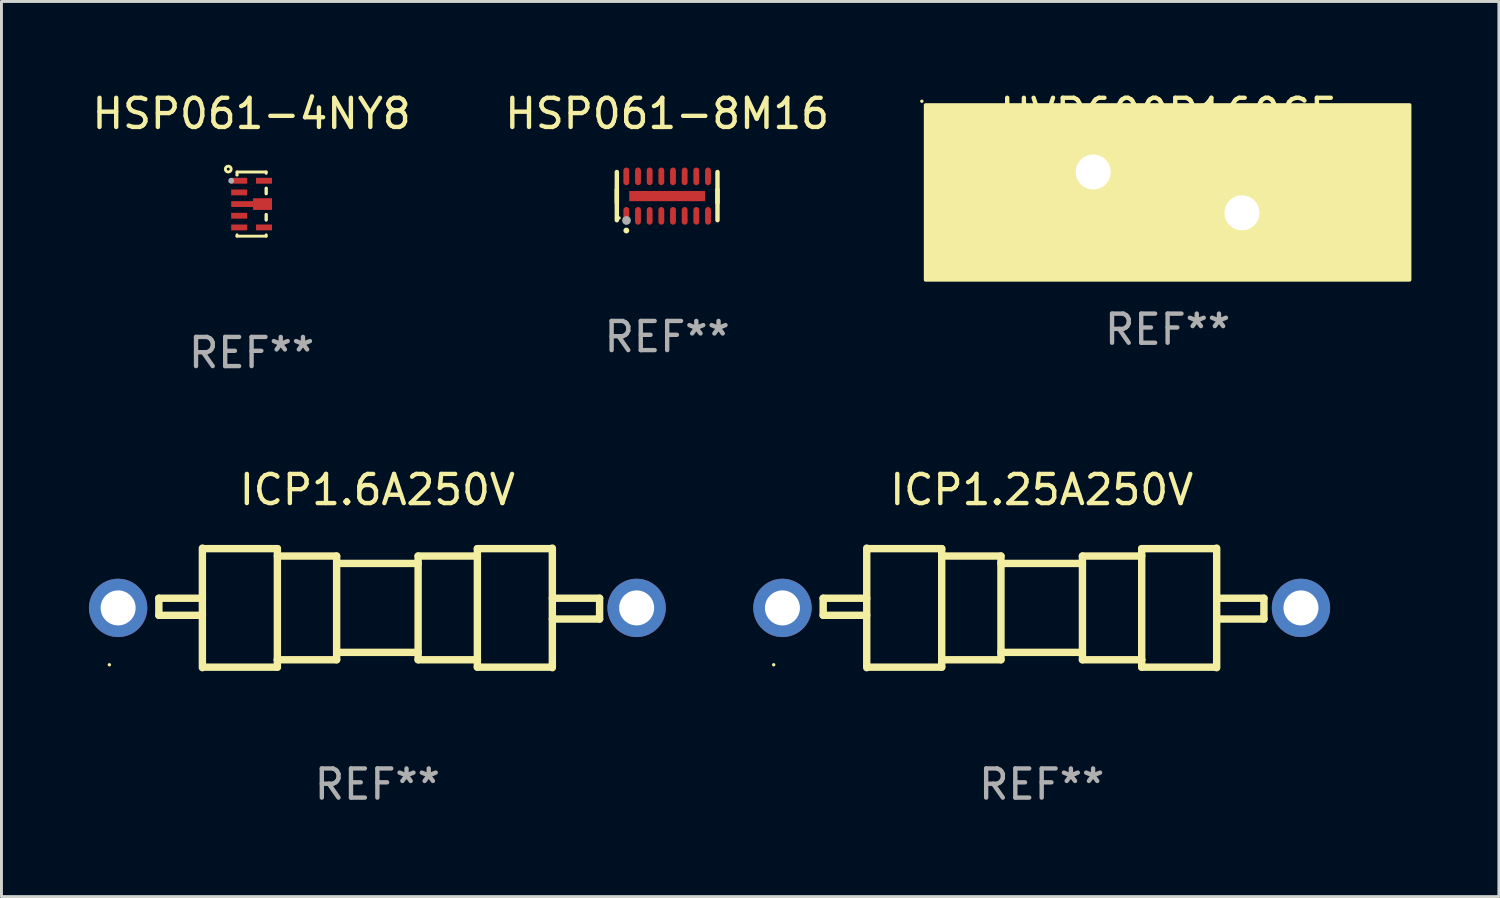
<source format=kicad_pcb>
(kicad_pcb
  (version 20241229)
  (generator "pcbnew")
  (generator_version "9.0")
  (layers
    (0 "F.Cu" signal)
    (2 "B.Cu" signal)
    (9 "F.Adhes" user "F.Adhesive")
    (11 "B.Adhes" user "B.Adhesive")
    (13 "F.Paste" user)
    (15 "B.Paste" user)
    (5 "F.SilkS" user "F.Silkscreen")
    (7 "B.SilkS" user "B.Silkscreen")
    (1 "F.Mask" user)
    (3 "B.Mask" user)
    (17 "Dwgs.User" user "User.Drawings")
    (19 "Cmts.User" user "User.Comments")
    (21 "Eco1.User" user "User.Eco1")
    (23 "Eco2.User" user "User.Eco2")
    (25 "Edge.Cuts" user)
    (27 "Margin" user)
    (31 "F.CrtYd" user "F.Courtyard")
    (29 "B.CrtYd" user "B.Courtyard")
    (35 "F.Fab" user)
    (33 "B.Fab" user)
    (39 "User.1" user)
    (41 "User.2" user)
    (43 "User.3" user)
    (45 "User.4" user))
  (footprint "HSP061-8M16"
    (layer "F.Cu")
    (at 19.827 3.674)
    (property "Reference" "HSP061-8M16" (at 0 -2.826 0) (layer "F.SilkS") (effects (font (size 1 1) (thickness 0.15))))
    (attr through_hole)
    (fp_line (start -1.726 -0.826) (end -1.726 0.223) (stroke (width 0.152) (type solid)) (layer "F.SilkS"))
    (fp_line (start -1.726 0.826) (end -1.726 -0.223) (stroke (width 0.152) (type solid)) (layer "F.SilkS"))
    (fp_line (start 1.726 -0.826) (end 1.726 0.223) (stroke (width 0.152) (type solid)) (layer "F.SilkS"))
    (fp_line (start 1.726 0.826) (end 1.726 -0.223) (stroke (width 0.152) (type solid)) (layer "F.SilkS"))
    (fp_circle (center -1.65 0.75) (end -1.62 0.75) (stroke (width 0.06) (type solid)) (fill no) (layer "F.SilkS"))
    (fp_circle (center -1.4 1.181) (end -1.35 1.181) (stroke (width 0.1) (type solid)) (fill no) (layer "F.SilkS"))
    (fp_circle (center -1.394 0.835) (end -1.319 0.835) (stroke (width 0.15) (type solid)) (fill no) (layer "F.Fab"))
    (fp_text user "REF**" (at 0 4.826 0) (layer "F.Fab") (effects (font (size 1 1) (thickness 0.15))))
    (pad "1" smd oval (at -1.4 0.677) (size 0.2 0.605) (layers "F.Cu" "F.Mask" "F.Paste"))
    (pad "2" smd oval (at -1 0.677) (size 0.2 0.605) (layers "F.Cu" "F.Mask" "F.Paste"))
    (pad "3" smd oval (at -0.6 0.677) (size 0.2 0.605) (layers "F.Cu" "F.Mask" "F.Paste"))
    (pad "4" smd oval (at -0.2 0.677) (size 0.2 0.605) (layers "F.Cu" "F.Mask" "F.Paste"))
    (pad "5" smd oval (at 0.2 0.677) (size 0.2 0.605) (layers "F.Cu" "F.Mask" "F.Paste"))
    (pad "6" smd oval (at 0.6 0.677) (size 0.2 0.605) (layers "F.Cu" "F.Mask" "F.Paste"))
    (pad "7" smd oval (at 1 0.677) (size 0.2 0.605) (layers "F.Cu" "F.Mask" "F.Paste"))
    (pad "8" smd oval (at 1.4 0.677) (size 0.2 0.605) (layers "F.Cu" "F.Mask" "F.Paste"))
    (pad "9" smd oval (at 1.4 -0.677) (size 0.2 0.605) (layers "F.Cu" "F.Mask" "F.Paste"))
    (pad "10" smd oval (at 1 -0.677) (size 0.2 0.605) (layers "F.Cu" "F.Mask" "F.Paste"))
    (pad "11" smd oval (at 0.6 -0.677) (size 0.2 0.605) (layers "F.Cu" "F.Mask" "F.Paste"))
    (pad "12" smd oval (at 0.2 -0.677) (size 0.2 0.605) (layers "F.Cu" "F.Mask" "F.Paste"))
    (pad "13" smd oval (at -0.2 -0.677) (size 0.2 0.605) (layers "F.Cu" "F.Mask" "F.Paste"))
    (pad "14" smd oval (at -0.6 -0.677) (size 0.2 0.605) (layers "F.Cu" "F.Mask" "F.Paste"))
    (pad "15" smd oval (at -1 -0.677) (size 0.2 0.605) (layers "F.Cu" "F.Mask" "F.Paste"))
    (pad "16" smd oval (at -1.4 -0.677) (size 0.2 0.605) (layers "F.Cu" "F.Mask" "F.Paste"))
    (pad "17" smd rect (at -0.000013 0.000013) (size 2.6 0.35) (layers "F.Cu" "F.Mask" "F.Paste")))
  (footprint "HSP061-4NY8"
    (layer "F.Cu")
    (at 5.577 3.948)
    (property "Reference" "HSP061-4NY8" (at 0 -3.1 0) (layer "F.SilkS") (effects (font (size 1 1) (thickness 0.15))))
    (attr through_hole)
    (fp_line (start -0.5 -1.1) (end 0.5 -1.1) (stroke (width 0.1) (type solid)) (layer "F.SilkS"))
    (fp_line (start -0.5 -1.054) (end -0.5 -1.1) (stroke (width 0.1) (type solid)) (layer "F.SilkS"))
    (fp_line (start -0.5 1.1) (end -0.5 1.054) (stroke (width 0.1) (type solid)) (layer "F.SilkS"))
    (fp_line (start 0.5 -1.1) (end 0.5 -1.054) (stroke (width 0.1) (type solid)) (layer "F.SilkS"))
    (fp_line (start 0.5 -0.546) (end 0.5 -0.354) (stroke (width 0.1) (type solid)) (layer "F.SilkS"))
    (fp_line (start 0.5 -0.546) (end 0.5 -0.354) (stroke (width 0.1) (type solid)) (layer "F.SilkS"))
    (fp_line (start 0.5 0.354) (end 0.5 0.546) (stroke (width 0.1) (type solid)) (layer "F.SilkS"))
    (fp_line (start 0.5 0.354) (end 0.5 0.546) (stroke (width 0.1) (type solid)) (layer "F.SilkS"))
    (fp_line (start 0.5 1.054) (end 0.5 1.1) (stroke (width 0.1) (type solid)) (layer "F.SilkS"))
    (fp_line (start 0.5 1.1) (end -0.5 1.1) (stroke (width 0.1) (type solid)) (layer "F.SilkS"))
    (fp_circle (center -0.8 -1.2) (end -0.7 -1.2) (stroke (width 0.1) (type solid)) (fill no) (layer "F.SilkS"))
    (fp_circle (center -0.5 -1) (end -0.47 -1) (stroke (width 0.06) (type solid)) (fill no) (layer "F.SilkS"))
    (fp_circle (center -0.7 -0.8) (end -0.65 -0.8) (stroke (width 0.1) (type solid)) (fill no) (layer "F.Fab"))
    (fp_text user "REF**" (at 0 5.1 0) (layer "F.Fab") (effects (font (size 1 1) (thickness 0.15))))
    (pad "1" smd rect (at -0.425 -0.8) (size 0.55 0.2) (layers "F.Cu" "F.Mask" "F.Paste"))
    (pad "2" smd rect (at -0.425 -0.4) (size 0.55 0.2) (layers "F.Cu" "F.Mask" "F.Paste"))
    (pad "3" smd rect (at -0.325 0) (size 0.75 0.2) (layers "F.Cu" "F.Mask" "F.Paste"))
    (pad "4" smd rect (at -0.425 0.4) (size 0.55 0.2) (layers "F.Cu" "F.Mask" "F.Paste"))
    (pad "5" smd rect (at -0.425 0.8) (size 0.55 0.2) (layers "F.Cu" "F.Mask" "F.Paste"))
    (pad "6" smd rect (at 0.425 0.8) (size 0.55 0.2) (layers "F.Cu" "F.Mask" "F.Paste"))
    (pad "7" smd rect (at 0.375 0) (size 0.65 0.4) (layers "F.Cu" "F.Mask" "F.Paste"))
    (pad "8" smd rect (at 0.425 -0.8) (size 0.55 0.2) (layers "F.Cu" "F.Mask" "F.Paste")))
  (footprint "ICP1.6A250V"
    (layer "F.Cu")
    (at 9.89 17.795)
    (property "Reference" "ICP1.6A250V" (at 0 -4.05 0) (layer "F.SilkS") (effects (font (size 1 1) (thickness 0.15))))
    (attr through_hole)
    (fp_line (start -7.493 -0.331) (end -7.493 0.254) (stroke (width 0.254) (type solid)) (layer "F.SilkS"))
    (fp_line (start -7.493 0.254) (end -6 0.254) (stroke (width 0.254) (type solid)) (layer "F.SilkS"))
    (fp_line (start -6 -0.331) (end -7.493 -0.331) (stroke (width 0.254) (type solid)) (layer "F.SilkS"))
    (fp_line (start -6 2.05) (end -6 -2.05) (stroke (width 0.254) (type solid)) (layer "F.SilkS"))
    (fp_line (start -5.969 -2.032) (end -3.429 -2.032) (stroke (width 0.254) (type solid)) (layer "F.SilkS"))
    (fp_line (start -3.429 -2.032) (end -3.429 2.032) (stroke (width 0.254) (type solid)) (layer "F.SilkS"))
    (fp_line (start -3.429 -1.778) (end -1.397 -1.778) (stroke (width 0.254) (type solid)) (layer "F.SilkS"))
    (fp_line (start -3.429 1.778) (end -3.429 1.778) (stroke (width 0.254) (type solid)) (layer "F.SilkS"))
    (fp_line (start -3.429 2.032) (end -5.969 2.032) (stroke (width 0.254) (type solid)) (layer "F.SilkS"))
    (fp_line (start -1.397 -1.778) (end -1.397 1.778) (stroke (width 0.254) (type solid)) (layer "F.SilkS"))
    (fp_line (start -1.397 -1.524) (end 1.397 -1.524) (stroke (width 0.254) (type solid)) (layer "F.SilkS"))
    (fp_line (start -1.397 1.524) (end 1.397 1.524) (stroke (width 0.254) (type solid)) (layer "F.SilkS"))
    (fp_line (start -1.397 1.778) (end -3.429 1.778) (stroke (width 0.254) (type solid)) (layer "F.SilkS"))
    (fp_line (start 1.397 -1.778) (end 1.397 1.778) (stroke (width 0.254) (type solid)) (layer "F.SilkS"))
    (fp_line (start 1.397 1.778) (end 3.429 1.778) (stroke (width 0.254) (type solid)) (layer "F.SilkS"))
    (fp_line (start 3.429 -2.032) (end 3.429 2.032) (stroke (width 0.254) (type solid)) (layer "F.SilkS"))
    (fp_line (start 3.429 -1.778) (end 1.397 -1.778) (stroke (width 0.254) (type solid)) (layer "F.SilkS"))
    (fp_line (start 3.429 1.778) (end 3.429 1.778) (stroke (width 0.254) (type solid)) (layer "F.SilkS"))
    (fp_line (start 3.429 2.032) (end 5.969 2.032) (stroke (width 0.254) (type solid)) (layer "F.SilkS"))
    (fp_line (start 5.969 -2.032) (end 3.429 -2.032) (stroke (width 0.254) (type solid)) (layer "F.SilkS"))
    (fp_line (start 6 -2.05) (end 6 2.05) (stroke (width 0.254) (type solid)) (layer "F.SilkS"))
    (fp_line (start 6 -0.331) (end 7.62 -0.331) (stroke (width 0.254) (type solid)) (layer "F.SilkS"))
    (fp_line (start 7.62 -0.331) (end 7.62 0.381) (stroke (width 0.254) (type solid)) (layer "F.SilkS"))
    (fp_line (start 7.62 0.381) (end 6 0.381) (stroke (width 0.254) (type solid)) (layer "F.SilkS"))
    (fp_circle (center -9.19 1.95) (end -9.16 1.95) (stroke (width 0.06) (type solid)) (fill no) (layer "F.SilkS"))
    (fp_text user "REF**" (at 0 6.05 0) (layer "F.Fab") (effects (font (size 1 1) (thickness 0.15))))
    (pad "1" thru_hole circle (at -8.89 0) (size 2 2) (drill 1.2) (layers "*.Cu" "*.Mask"))
    (pad "2" thru_hole circle (at 8.89 0) (size 2 2) (drill 1.2) (layers "*.Cu" "*.Mask")))
  (footprint "HVR600P160CF"
    (layer "F.Cu")
    (at 36.987 3.548)
    (property "Reference" "HVR600P160CF" (at 0 -2.7 0) (layer "F.SilkS") (effects (font (size 1 1) (thickness 0.15))))
    (attr through_hole)
    (fp_line (start -1.538 0) (end -1.143 0) (stroke (width 0.254) (type solid)) (layer "F.SilkS"))
    (fp_line (start 1.538 0) (end 1.27 0) (stroke (width 0.254) (type solid)) (layer "F.SilkS"))
    (fp_arc (start -1.143002 0) (mid -0.571501 -0.134913) (end 0 0) (stroke (width 0.254001) (type solid)) (layer "F.SilkS"))
    (fp_arc (start -0.000001 0) (mid 0.635001 -0.635002) (end 1.270003 0) (stroke (width 0.254001) (type solid)) (layer "F.SilkS"))
    (fp_circle (center -8.427 -3.127) (end -8.397 -3.127) (stroke (width 0.06) (type solid)) (fill no) (layer "F.SilkS"))
    (fp_poly (pts (xy -8.3 -3) (xy 8.3 -3) (xy 8.3 3) (xy -8.3 3)) (stroke (width 0.12) (type solid)) (fill yes) (layer "F.SilkS"))
    (fp_text user "REF**" (at 0 4.7 0) (layer "F.Fab") (effects (font (size 1 1) (thickness 0.15))))
    (pad "1" thru_hole circle (at -2.55 -0.7) (size 2 2) (drill 1.2) (layers "*.Cu" "*.Mask"))
    (pad "2" thru_hole circle (at 2.55 0.7) (size 2 2) (drill 1.2) (layers "*.Cu" "*.Mask")))
  (footprint "ICP1.25A250V"
    (layer "F.Cu")
    (at 32.67 17.795)
    (property "Reference" "ICP1.25A250V" (at 0 -4.05 0) (layer "F.SilkS") (effects (font (size 1 1) (thickness 0.15))))
    (attr through_hole)
    (fp_line (start -7.493 -0.331) (end -7.493 0.254) (stroke (width 0.254) (type solid)) (layer "F.SilkS"))
    (fp_line (start -7.493 0.254) (end -6 0.254) (stroke (width 0.254) (type solid)) (layer "F.SilkS"))
    (fp_line (start -6 -0.331) (end -7.493 -0.331) (stroke (width 0.254) (type solid)) (layer "F.SilkS"))
    (fp_line (start -6 2.05) (end -6 -2.05) (stroke (width 0.254) (type solid)) (layer "F.SilkS"))
    (fp_line (start -5.969 -2.032) (end -3.429 -2.032) (stroke (width 0.254) (type solid)) (layer "F.SilkS"))
    (fp_line (start -3.429 -2.032) (end -3.429 2.032) (stroke (width 0.254) (type solid)) (layer "F.SilkS"))
    (fp_line (start -3.429 -1.778) (end -1.397 -1.778) (stroke (width 0.254) (type solid)) (layer "F.SilkS"))
    (fp_line (start -3.429 1.778) (end -3.429 1.778) (stroke (width 0.254) (type solid)) (layer "F.SilkS"))
    (fp_line (start -3.429 2.032) (end -5.969 2.032) (stroke (width 0.254) (type solid)) (layer "F.SilkS"))
    (fp_line (start -1.397 -1.778) (end -1.397 1.778) (stroke (width 0.254) (type solid)) (layer "F.SilkS"))
    (fp_line (start -1.397 -1.524) (end 1.397 -1.524) (stroke (width 0.254) (type solid)) (layer "F.SilkS"))
    (fp_line (start -1.397 1.524) (end 1.397 1.524) (stroke (width 0.254) (type solid)) (layer "F.SilkS"))
    (fp_line (start -1.397 1.778) (end -3.429 1.778) (stroke (width 0.254) (type solid)) (layer "F.SilkS"))
    (fp_line (start 1.397 -1.778) (end 1.397 1.778) (stroke (width 0.254) (type solid)) (layer "F.SilkS"))
    (fp_line (start 1.397 1.778) (end 3.429 1.778) (stroke (width 0.254) (type solid)) (layer "F.SilkS"))
    (fp_line (start 3.429 -2.032) (end 3.429 2.032) (stroke (width 0.254) (type solid)) (layer "F.SilkS"))
    (fp_line (start 3.429 -1.778) (end 1.397 -1.778) (stroke (width 0.254) (type solid)) (layer "F.SilkS"))
    (fp_line (start 3.429 1.778) (end 3.429 1.778) (stroke (width 0.254) (type solid)) (layer "F.SilkS"))
    (fp_line (start 3.429 2.032) (end 5.969 2.032) (stroke (width 0.254) (type solid)) (layer "F.SilkS"))
    (fp_line (start 5.969 -2.032) (end 3.429 -2.032) (stroke (width 0.254) (type solid)) (layer "F.SilkS"))
    (fp_line (start 6 -2.05) (end 6 2.05) (stroke (width 0.254) (type solid)) (layer "F.SilkS"))
    (fp_line (start 6 -0.331) (end 7.62 -0.331) (stroke (width 0.254) (type solid)) (layer "F.SilkS"))
    (fp_line (start 7.62 -0.331) (end 7.62 0.381) (stroke (width 0.254) (type solid)) (layer "F.SilkS"))
    (fp_line (start 7.62 0.381) (end 6 0.381) (stroke (width 0.254) (type solid)) (layer "F.SilkS"))
    (fp_circle (center -9.19 1.95) (end -9.16 1.95) (stroke (width 0.06) (type solid)) (fill no) (layer "F.SilkS"))
    (fp_text user "REF**" (at 0 6.05 0) (layer "F.Fab") (effects (font (size 1 1) (thickness 0.15))))
    (pad "1" thru_hole circle (at -8.89 0) (size 2 2) (drill 1.2) (layers "*.Cu" "*.Mask"))
    (pad "2" thru_hole circle (at 8.89 0) (size 2 2) (drill 1.2) (layers "*.Cu" "*.Mask")))
  (gr_rect
    (start -3 -3)
    (end 48.347 27.693)
    (stroke (width 0.1) (type default))
    (fill no)
    (layer "Edge.Cuts")))
</source>
